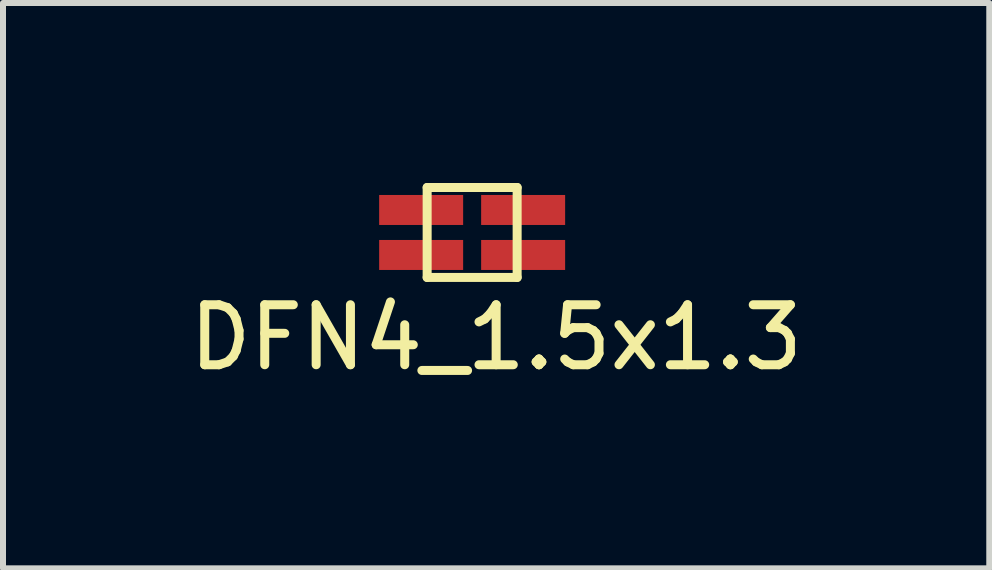
<source format=kicad_pcb>
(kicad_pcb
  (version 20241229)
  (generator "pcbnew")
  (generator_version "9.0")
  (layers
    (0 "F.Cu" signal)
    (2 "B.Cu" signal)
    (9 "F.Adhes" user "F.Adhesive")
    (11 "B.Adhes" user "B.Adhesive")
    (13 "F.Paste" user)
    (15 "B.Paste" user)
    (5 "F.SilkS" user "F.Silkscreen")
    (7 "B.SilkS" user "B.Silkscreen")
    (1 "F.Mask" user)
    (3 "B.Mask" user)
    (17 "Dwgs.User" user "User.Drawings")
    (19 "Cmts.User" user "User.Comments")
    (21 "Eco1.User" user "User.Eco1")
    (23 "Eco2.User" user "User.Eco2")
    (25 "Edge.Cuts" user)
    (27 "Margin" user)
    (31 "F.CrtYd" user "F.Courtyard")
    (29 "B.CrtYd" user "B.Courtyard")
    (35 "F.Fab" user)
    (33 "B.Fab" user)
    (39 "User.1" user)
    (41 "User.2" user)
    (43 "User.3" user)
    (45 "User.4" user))
  (footprint "DFN4_1.5x1.3"
    (layer "F.Cu")
    (at 4.82 0.825)
    (property "Reference" "DFN4_1.5x1.3" (at 0.4 1.75 0) (layer "F.SilkS") (effects (font (size 1 1) (thickness 0.15))))
    (attr through_hole)
    (fp_line (start -0.75 -0.75) (end 0.75 -0.75) (stroke (width 0.15) (type solid)) (layer "F.SilkS"))
    (fp_line (start -0.75 0.75) (end -0.75 -0.75) (stroke (width 0.15) (type solid)) (layer "F.SilkS"))
    (fp_line (start 0.75 -0.75) (end 0.75 0.75) (stroke (width 0.15) (type solid)) (layer "F.SilkS"))
    (fp_line (start 0.75 0.75) (end -0.75 0.75) (stroke (width 0.15) (type solid)) (layer "F.SilkS"))
    (pad "1" smd rect (at -0.85 -0.375) (size 1.4 0.5) (layers "F.Cu" "F.Mask" "F.Paste"))
    (pad "2" smd rect (at -0.85 0.375) (size 1.4 0.5) (layers "F.Cu" "F.Mask" "F.Paste"))
    (pad "3" smd rect (at 0.85 0.375) (size 1.4 0.5) (layers "F.Cu" "F.Mask" "F.Paste"))
    (pad "4" smd rect (at 0.85 -0.375) (size 1.4 0.5) (layers "F.Cu" "F.Mask" "F.Paste")))
  (gr_rect
    (start -3 -3)
    (end 13.44 6.423)
    (stroke (width 0.1) (type default))
    (fill no)
    (layer "Edge.Cuts")))
</source>
